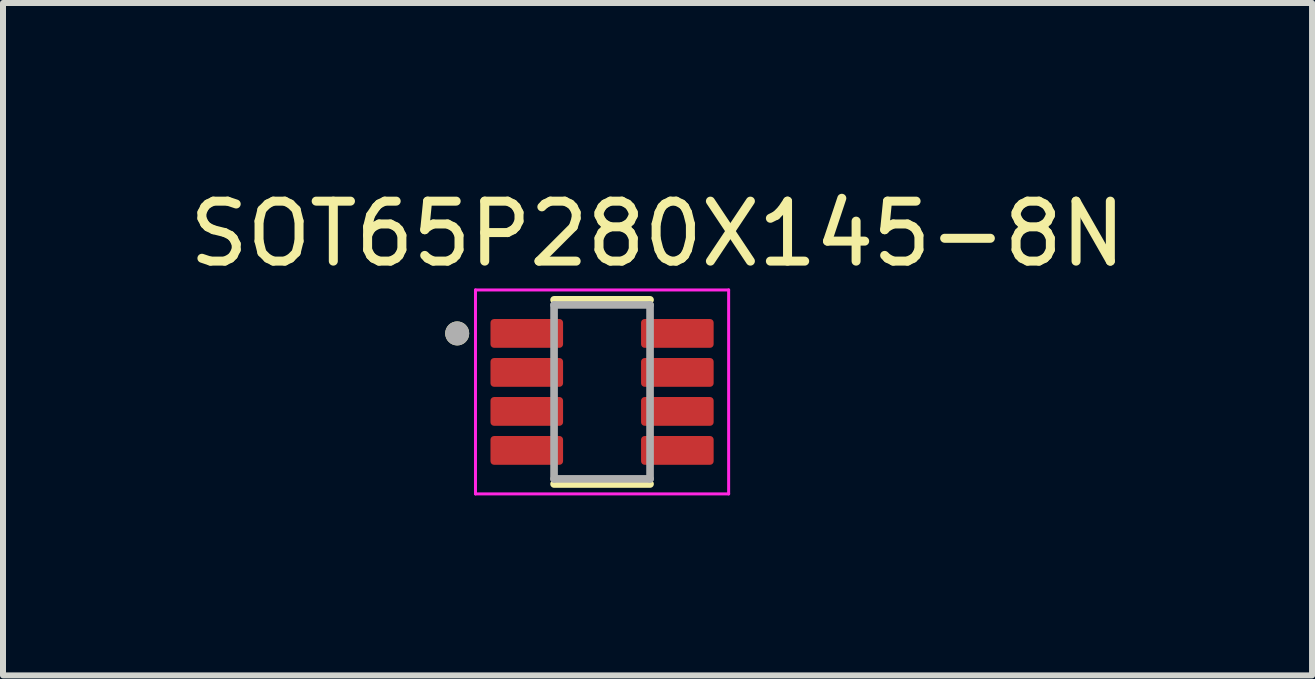
<source format=kicad_pcb>
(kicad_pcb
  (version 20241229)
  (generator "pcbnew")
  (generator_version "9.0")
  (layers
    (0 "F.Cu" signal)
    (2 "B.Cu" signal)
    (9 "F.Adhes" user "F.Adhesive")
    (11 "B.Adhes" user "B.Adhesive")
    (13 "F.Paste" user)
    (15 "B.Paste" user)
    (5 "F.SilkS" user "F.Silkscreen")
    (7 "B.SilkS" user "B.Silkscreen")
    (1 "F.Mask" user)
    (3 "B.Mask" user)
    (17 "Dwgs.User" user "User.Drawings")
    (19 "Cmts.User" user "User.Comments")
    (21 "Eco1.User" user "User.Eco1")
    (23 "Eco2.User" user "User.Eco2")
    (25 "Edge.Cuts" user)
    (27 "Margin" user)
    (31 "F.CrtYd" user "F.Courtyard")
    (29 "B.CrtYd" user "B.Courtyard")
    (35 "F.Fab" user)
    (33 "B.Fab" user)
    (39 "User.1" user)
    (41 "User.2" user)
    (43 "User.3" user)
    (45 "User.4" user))
  (footprint "SOT65P280X145-8N"
    (layer "F.Cu")
    (at 6.986 3.483)
    (property "Reference" "SOT65P280X145-8N" (at 0.925 -2.635 0) (layer "F.SilkS") (effects (font (size 1 1) (thickness 0.15))))
    (attr smd)
    (fp_line (start -0.8 -1.535) (end 0.8 -1.535) (stroke (width 0.127) (type solid)) (layer "F.SilkS"))
    (fp_line (start -0.8 1.535) (end 0.8 1.535) (stroke (width 0.127) (type solid)) (layer "F.SilkS"))
    (fp_circle (center -2.415 -0.975) (end -2.315 -0.975) (stroke (width 0.2) (type solid)) (fill no) (layer "F.SilkS"))
    (fp_line (start -2.11 -1.7) (end -2.11 1.7) (stroke (width 0.05) (type solid)) (layer "F.CrtYd"))
    (fp_line (start -2.11 -1.7) (end 2.11 -1.7) (stroke (width 0.05) (type solid)) (layer "F.CrtYd"))
    (fp_line (start -2.11 1.7) (end 2.11 1.7) (stroke (width 0.05) (type solid)) (layer "F.CrtYd"))
    (fp_line (start 2.11 -1.7) (end 2.11 1.7) (stroke (width 0.05) (type solid)) (layer "F.CrtYd"))
    (fp_line (start -0.8 -1.45) (end -0.8 1.45) (stroke (width 0.127) (type solid)) (layer "F.Fab"))
    (fp_line (start -0.8 -1.45) (end 0.8 -1.45) (stroke (width 0.127) (type solid)) (layer "F.Fab"))
    (fp_line (start -0.8 1.45) (end 0.8 1.45) (stroke (width 0.127) (type solid)) (layer "F.Fab"))
    (fp_line (start 0.8 -1.45) (end 0.8 1.45) (stroke (width 0.127) (type solid)) (layer "F.Fab"))
    (fp_circle (center -2.415 -0.975) (end -2.315 -0.975) (stroke (width 0.2) (type solid)) (fill no) (layer "F.Fab"))
    (pad "1" smd roundrect (at -1.255 -0.975) (size 1.21 0.48) (layers "F.Cu" "F.Mask" "F.Paste") (roundrect_rratio 0.125))
    (pad "2" smd roundrect (at -1.255 -0.325) (size 1.21 0.48) (layers "F.Cu" "F.Mask" "F.Paste") (roundrect_rratio 0.125))
    (pad "3" smd roundrect (at -1.255 0.325) (size 1.21 0.48) (layers "F.Cu" "F.Mask" "F.Paste") (roundrect_rratio 0.125))
    (pad "4" smd roundrect (at -1.255 0.975) (size 1.21 0.48) (layers "F.Cu" "F.Mask" "F.Paste") (roundrect_rratio 0.125))
    (pad "5" smd roundrect (at 1.255 0.975) (size 1.21 0.48) (layers "F.Cu" "F.Mask" "F.Paste") (roundrect_rratio 0.125))
    (pad "6" smd roundrect (at 1.255 0.325) (size 1.21 0.48) (layers "F.Cu" "F.Mask" "F.Paste") (roundrect_rratio 0.125))
    (pad "7" smd roundrect (at 1.255 -0.325) (size 1.21 0.48) (layers "F.Cu" "F.Mask" "F.Paste") (roundrect_rratio 0.125))
    (pad "8" smd roundrect (at 1.255 -0.975) (size 1.21 0.48) (layers "F.Cu" "F.Mask" "F.Paste") (roundrect_rratio 0.125)))
  (gr_rect
    (start -3 -3)
    (end 18.821 8.208)
    (stroke (width 0.1) (type default))
    (fill no)
    (layer "Edge.Cuts")))
</source>
